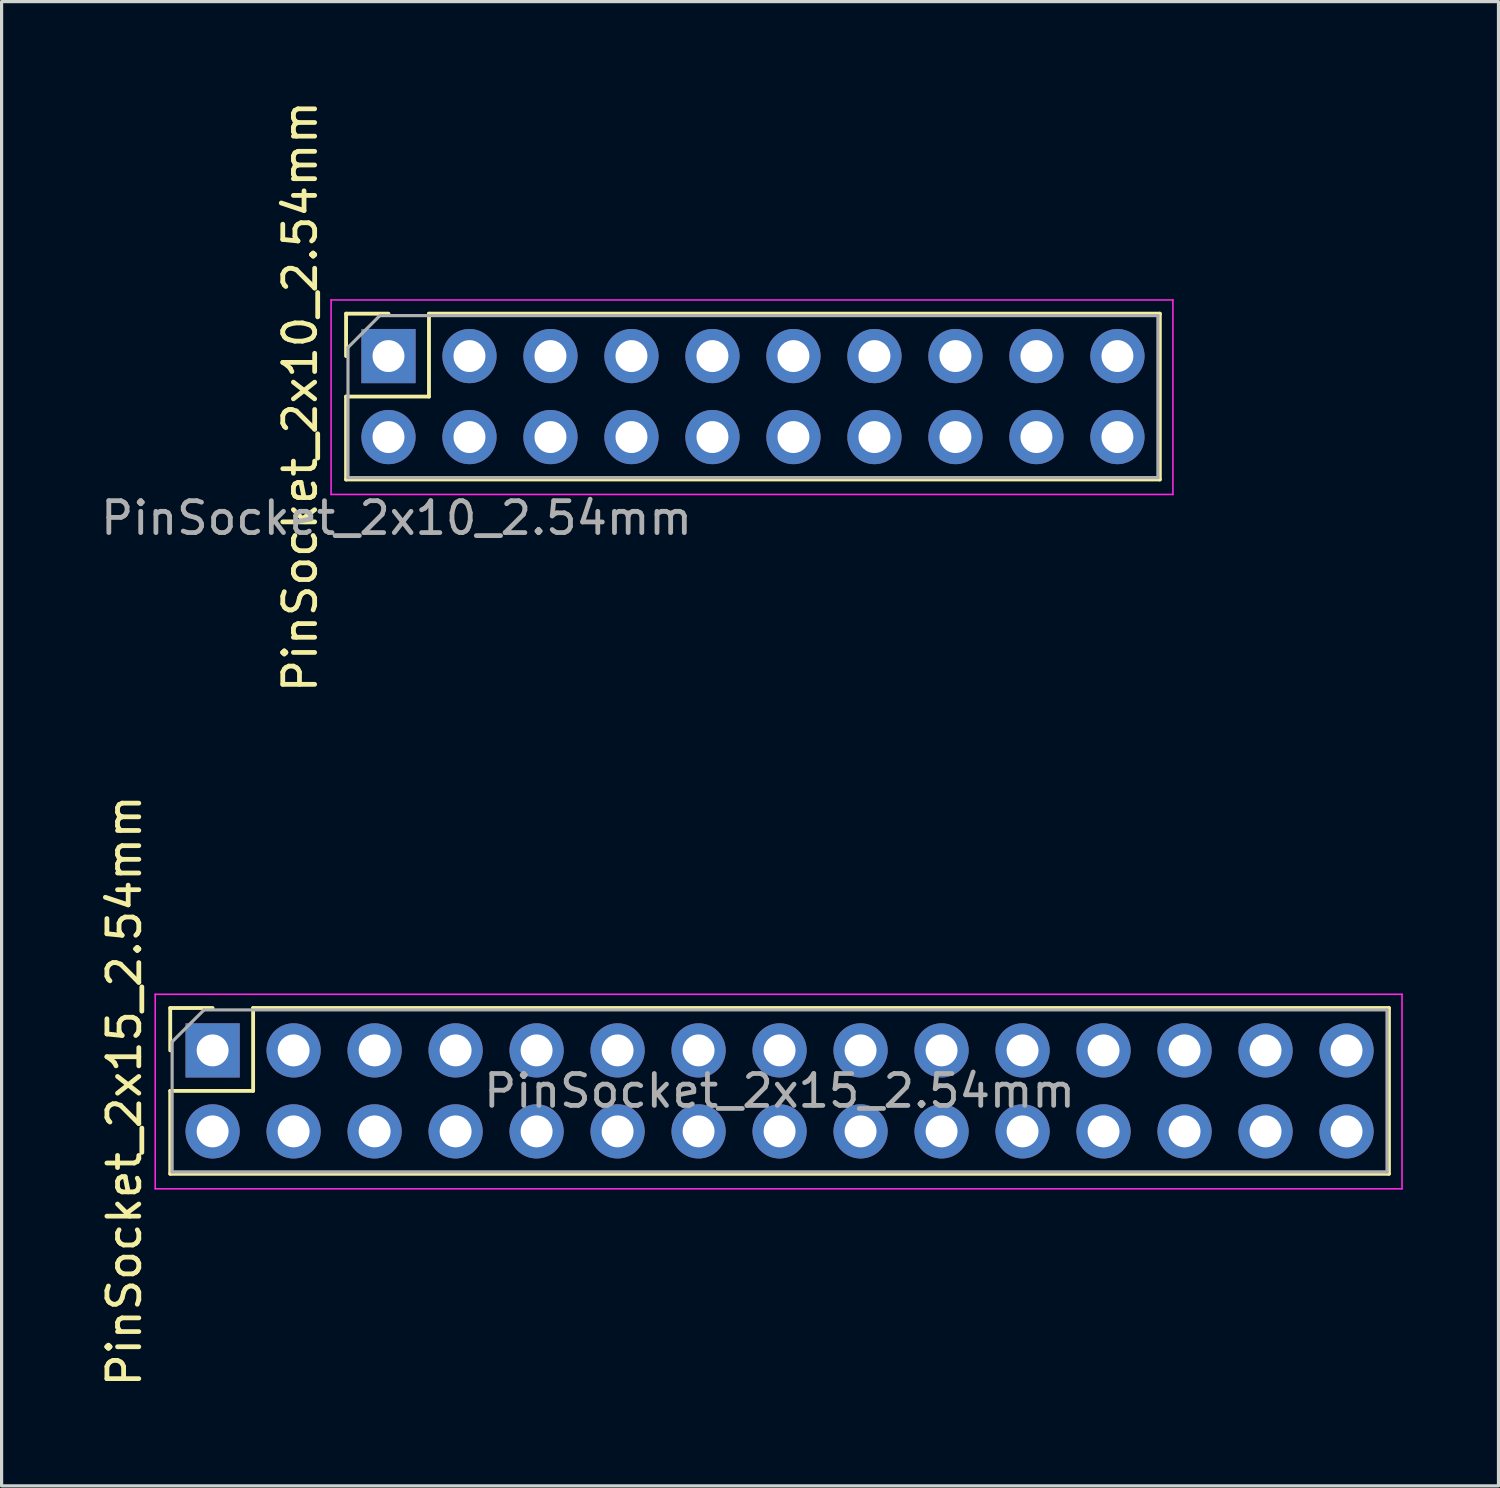
<source format=kicad_pcb>
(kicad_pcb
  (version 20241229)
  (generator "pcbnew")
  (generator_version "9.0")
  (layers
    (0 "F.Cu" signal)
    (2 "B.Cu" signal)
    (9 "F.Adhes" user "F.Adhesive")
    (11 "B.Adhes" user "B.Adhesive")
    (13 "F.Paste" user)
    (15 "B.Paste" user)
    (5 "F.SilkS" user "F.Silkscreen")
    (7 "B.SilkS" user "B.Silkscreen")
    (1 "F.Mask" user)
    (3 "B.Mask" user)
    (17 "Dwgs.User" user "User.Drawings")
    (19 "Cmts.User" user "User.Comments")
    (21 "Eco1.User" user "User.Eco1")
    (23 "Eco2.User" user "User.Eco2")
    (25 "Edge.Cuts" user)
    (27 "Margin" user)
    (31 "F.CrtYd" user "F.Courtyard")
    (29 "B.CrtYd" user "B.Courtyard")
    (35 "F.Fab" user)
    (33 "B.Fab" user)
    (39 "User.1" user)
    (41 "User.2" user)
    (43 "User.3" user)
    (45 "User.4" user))
  (footprint "PinSocket_2x10_2.54mm"
    (layer "F.Cu")
    (at 9.133 8.117)
    (property "Reference" "PinSocket_2x10_2.54mm" (at -2.77 1.27 90) (layer "F.SilkS") (effects (font (size 1 1) (thickness 0.15))))
    (attr through_hole)
    (fp_line (start -1.33 -1.33) (end 0 -1.33) (stroke (width 0.12) (type solid)) (layer "F.SilkS"))
    (fp_line (start -1.33 0) (end -1.33 -1.33) (stroke (width 0.12) (type solid)) (layer "F.SilkS"))
    (fp_line (start -1.33 1.27) (end 1.27 1.27) (stroke (width 0.12) (type solid)) (layer "F.SilkS"))
    (fp_line (start -1.33 3.87) (end -1.33 1.27) (stroke (width 0.12) (type solid)) (layer "F.SilkS"))
    (fp_line (start -1.33 3.87) (end 24.19 3.87) (stroke (width 0.12) (type solid)) (layer "F.SilkS"))
    (fp_line (start 1.27 -1.33) (end 24.19 -1.33) (stroke (width 0.12) (type solid)) (layer "F.SilkS"))
    (fp_line (start 1.27 1.27) (end 1.27 -1.33) (stroke (width 0.12) (type solid)) (layer "F.SilkS"))
    (fp_line (start 24.19 3.87) (end 24.19 -1.33) (stroke (width 0.12) (type solid)) (layer "F.SilkS"))
    (fp_line (start -1.8 -1.76) (end 24.6 -1.76) (stroke (width 0.05) (type solid)) (layer "F.CrtYd"))
    (fp_line (start -1.8 4.34) (end -1.8 -1.76) (stroke (width 0.05) (type solid)) (layer "F.CrtYd"))
    (fp_line (start 24.6 -1.76) (end 24.6 4.34) (stroke (width 0.05) (type solid)) (layer "F.CrtYd"))
    (fp_line (start 24.6 4.34) (end -1.8 4.34) (stroke (width 0.05) (type solid)) (layer "F.CrtYd"))
    (fp_line (start -1.27 -0.27) (end -0.27 -1.27) (stroke (width 0.1) (type solid)) (layer "F.Fab"))
    (fp_line (start -1.27 3.81) (end -1.27 -0.27) (stroke (width 0.1) (type solid)) (layer "F.Fab"))
    (fp_line (start -0.27 -1.27) (end 24.13 -1.27) (stroke (width 0.1) (type solid)) (layer "F.Fab"))
    (fp_line (start 24.13 -1.27) (end 24.13 3.81) (stroke (width 0.1) (type solid)) (layer "F.Fab"))
    (fp_line (start 24.13 3.81) (end -1.27 3.81) (stroke (width 0.1) (type solid)) (layer "F.Fab"))
    (fp_text user "${REFERENCE}" (at 0.254 5.08 180) (layer "F.Fab") (effects (font (size 1 1) (thickness 0.15))))
    (pad "1" thru_hole rect (at 0 0 90) (size 1.7 1.7) (drill 1) (layers "*.Cu" "*.Mask"))
    (pad "2" thru_hole oval (at 0 2.54 90) (size 1.7 1.7) (drill 1) (layers "*.Cu" "*.Mask"))
    (pad "3" thru_hole oval (at 2.54 0 90) (size 1.7 1.7) (drill 1) (layers "*.Cu" "*.Mask"))
    (pad "4" thru_hole oval (at 2.54 2.54 90) (size 1.7 1.7) (drill 1) (layers "*.Cu" "*.Mask"))
    (pad "5" thru_hole oval (at 5.08 0 90) (size 1.7 1.7) (drill 1) (layers "*.Cu" "*.Mask"))
    (pad "6" thru_hole oval (at 5.08 2.54 90) (size 1.7 1.7) (drill 1) (layers "*.Cu" "*.Mask"))
    (pad "7" thru_hole oval (at 7.62 0 90) (size 1.7 1.7) (drill 1) (layers "*.Cu" "*.Mask"))
    (pad "8" thru_hole oval (at 7.62 2.54 90) (size 1.7 1.7) (drill 1) (layers "*.Cu" "*.Mask"))
    (pad "9" thru_hole oval (at 10.16 0 90) (size 1.7 1.7) (drill 1) (layers "*.Cu" "*.Mask"))
    (pad "10" thru_hole oval (at 10.16 2.54 90) (size 1.7 1.7) (drill 1) (layers "*.Cu" "*.Mask"))
    (pad "11" thru_hole oval (at 12.7 0 90) (size 1.7 1.7) (drill 1) (layers "*.Cu" "*.Mask"))
    (pad "12" thru_hole oval (at 12.7 2.54 90) (size 1.7 1.7) (drill 1) (layers "*.Cu" "*.Mask"))
    (pad "13" thru_hole oval (at 15.24 0 90) (size 1.7 1.7) (drill 1) (layers "*.Cu" "*.Mask"))
    (pad "14" thru_hole oval (at 15.24 2.54 90) (size 1.7 1.7) (drill 1) (layers "*.Cu" "*.Mask"))
    (pad "15" thru_hole oval (at 17.78 0 90) (size 1.7 1.7) (drill 1) (layers "*.Cu" "*.Mask"))
    (pad "16" thru_hole oval (at 17.78 2.54 90) (size 1.7 1.7) (drill 1) (layers "*.Cu" "*.Mask"))
    (pad "17" thru_hole oval (at 20.32 0 90) (size 1.7 1.7) (drill 1) (layers "*.Cu" "*.Mask"))
    (pad "18" thru_hole oval (at 20.32 2.54 90) (size 1.7 1.7) (drill 1) (layers "*.Cu" "*.Mask"))
    (pad "19" thru_hole oval (at 22.86 0 90) (size 1.7 1.7) (drill 1) (layers "*.Cu" "*.Mask"))
    (pad "20" thru_hole oval (at 22.86 2.54 90) (size 1.7 1.7) (drill 1) (layers "*.Cu" "*.Mask")))
  (footprint "PinSocket_2x15_2.54mm"
    (layer "F.Cu")
    (at 3.618 29.891)
    (property "Reference" "PinSocket_2x15_2.54mm" (at -2.77 1.27 90) (layer "F.SilkS") (effects (font (size 1 1) (thickness 0.15))))
    (attr through_hole)
    (fp_line (start -1.33 -1.33) (end 0 -1.33) (stroke (width 0.12) (type solid)) (layer "F.SilkS"))
    (fp_line (start -1.33 0) (end -1.33 -1.33) (stroke (width 0.12) (type solid)) (layer "F.SilkS"))
    (fp_line (start -1.33 1.27) (end 1.27 1.27) (stroke (width 0.12) (type solid)) (layer "F.SilkS"))
    (fp_line (start -1.33 3.87) (end -1.33 1.27) (stroke (width 0.12) (type solid)) (layer "F.SilkS"))
    (fp_line (start -1.33 3.87) (end 36.89 3.87) (stroke (width 0.12) (type solid)) (layer "F.SilkS"))
    (fp_line (start 1.27 -1.33) (end 36.89 -1.33) (stroke (width 0.12) (type solid)) (layer "F.SilkS"))
    (fp_line (start 1.27 1.27) (end 1.27 -1.33) (stroke (width 0.12) (type solid)) (layer "F.SilkS"))
    (fp_line (start 36.89 3.87) (end 36.89 -1.33) (stroke (width 0.12) (type solid)) (layer "F.SilkS"))
    (fp_line (start -1.8 -1.76) (end 37.3 -1.76) (stroke (width 0.05) (type solid)) (layer "F.CrtYd"))
    (fp_line (start -1.8 4.34) (end -1.8 -1.76) (stroke (width 0.05) (type solid)) (layer "F.CrtYd"))
    (fp_line (start 37.3 -1.76) (end 37.3 4.34) (stroke (width 0.05) (type solid)) (layer "F.CrtYd"))
    (fp_line (start 37.3 4.34) (end -1.8 4.34) (stroke (width 0.05) (type solid)) (layer "F.CrtYd"))
    (fp_line (start -1.27 -0.27) (end -0.27 -1.27) (stroke (width 0.1) (type solid)) (layer "F.Fab"))
    (fp_line (start -1.27 3.81) (end -1.27 -0.27) (stroke (width 0.1) (type solid)) (layer "F.Fab"))
    (fp_line (start -0.27 -1.27) (end 36.83 -1.27) (stroke (width 0.1) (type solid)) (layer "F.Fab"))
    (fp_line (start 36.83 -1.27) (end 36.83 3.81) (stroke (width 0.1) (type solid)) (layer "F.Fab"))
    (fp_line (start 36.83 3.81) (end -1.27 3.81) (stroke (width 0.1) (type solid)) (layer "F.Fab"))
    (fp_text user "${REFERENCE}" (at 17.78 1.27 180) (layer "F.Fab") (effects (font (size 1 1) (thickness 0.15))))
    (pad "1" thru_hole rect (at 0 0 90) (size 1.7 1.7) (drill 1) (layers "*.Cu" "*.Mask"))
    (pad "2" thru_hole oval (at 0 2.54 90) (size 1.7 1.7) (drill 1) (layers "*.Cu" "*.Mask"))
    (pad "3" thru_hole oval (at 2.54 0 90) (size 1.7 1.7) (drill 1) (layers "*.Cu" "*.Mask"))
    (pad "4" thru_hole oval (at 2.54 2.54 90) (size 1.7 1.7) (drill 1) (layers "*.Cu" "*.Mask"))
    (pad "5" thru_hole oval (at 5.08 0 90) (size 1.7 1.7) (drill 1) (layers "*.Cu" "*.Mask"))
    (pad "6" thru_hole oval (at 5.08 2.54 90) (size 1.7 1.7) (drill 1) (layers "*.Cu" "*.Mask"))
    (pad "7" thru_hole oval (at 7.62 0 90) (size 1.7 1.7) (drill 1) (layers "*.Cu" "*.Mask"))
    (pad "8" thru_hole oval (at 7.62 2.54 90) (size 1.7 1.7) (drill 1) (layers "*.Cu" "*.Mask"))
    (pad "9" thru_hole oval (at 10.16 0 90) (size 1.7 1.7) (drill 1) (layers "*.Cu" "*.Mask"))
    (pad "10" thru_hole oval (at 10.16 2.54 90) (size 1.7 1.7) (drill 1) (layers "*.Cu" "*.Mask"))
    (pad "11" thru_hole oval (at 12.7 0 90) (size 1.7 1.7) (drill 1) (layers "*.Cu" "*.Mask"))
    (pad "12" thru_hole oval (at 12.7 2.54 90) (size 1.7 1.7) (drill 1) (layers "*.Cu" "*.Mask"))
    (pad "13" thru_hole oval (at 15.24 0 90) (size 1.7 1.7) (drill 1) (layers "*.Cu" "*.Mask"))
    (pad "14" thru_hole oval (at 15.24 2.54 90) (size 1.7 1.7) (drill 1) (layers "*.Cu" "*.Mask"))
    (pad "15" thru_hole oval (at 17.78 0 90) (size 1.7 1.7) (drill 1) (layers "*.Cu" "*.Mask"))
    (pad "16" thru_hole oval (at 17.78 2.54 90) (size 1.7 1.7) (drill 1) (layers "*.Cu" "*.Mask"))
    (pad "17" thru_hole oval (at 20.32 0 90) (size 1.7 1.7) (drill 1) (layers "*.Cu" "*.Mask"))
    (pad "18" thru_hole oval (at 20.32 2.54 90) (size 1.7 1.7) (drill 1) (layers "*.Cu" "*.Mask"))
    (pad "19" thru_hole oval (at 22.86 0 90) (size 1.7 1.7) (drill 1) (layers "*.Cu" "*.Mask"))
    (pad "20" thru_hole oval (at 22.86 2.54 90) (size 1.7 1.7) (drill 1) (layers "*.Cu" "*.Mask"))
    (pad "21" thru_hole oval (at 25.4 0 90) (size 1.7 1.7) (drill 1) (layers "*.Cu" "*.Mask"))
    (pad "22" thru_hole oval (at 25.4 2.54 90) (size 1.7 1.7) (drill 1) (layers "*.Cu" "*.Mask"))
    (pad "23" thru_hole oval (at 27.94 0 90) (size 1.7 1.7) (drill 1) (layers "*.Cu" "*.Mask"))
    (pad "24" thru_hole oval (at 27.94 2.54 90) (size 1.7 1.7) (drill 1) (layers "*.Cu" "*.Mask"))
    (pad "25" thru_hole oval (at 30.48 0 90) (size 1.7 1.7) (drill 1) (layers "*.Cu" "*.Mask"))
    (pad "26" thru_hole oval (at 30.48 2.54 90) (size 1.7 1.7) (drill 1) (layers "*.Cu" "*.Mask"))
    (pad "27" thru_hole oval (at 33.02 0 90) (size 1.7 1.7) (drill 1) (layers "*.Cu" "*.Mask"))
    (pad "28" thru_hole oval (at 33.02 2.54 90) (size 1.7 1.7) (drill 1) (layers "*.Cu" "*.Mask"))
    (pad "29" thru_hole oval (at 35.56 0 90) (size 1.7 1.7) (drill 1) (layers "*.Cu" "*.Mask"))
    (pad "30" thru_hole oval (at 35.56 2.54 90) (size 1.7 1.7) (drill 1) (layers "*.Cu" "*.Mask")))
  (gr_rect
    (start -3 -3)
    (end 43.943 43.548)
    (stroke (width 0.1) (type default))
    (fill no)
    (layer "Edge.Cuts")))
</source>
